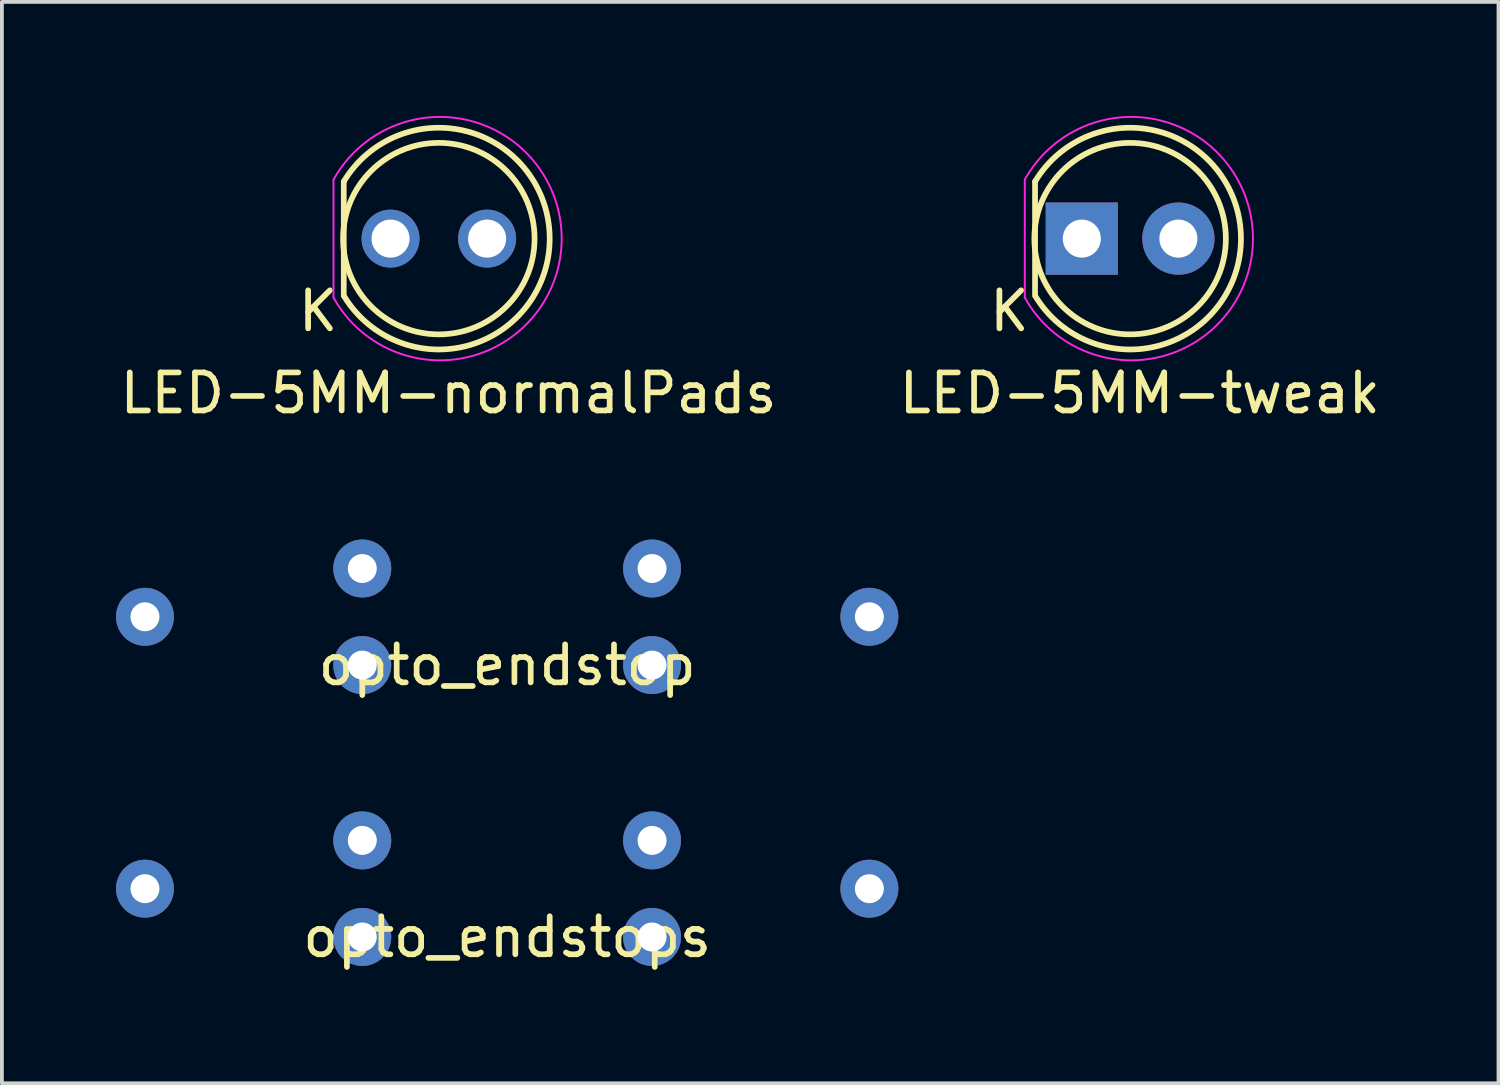
<source format=kicad_pcb>
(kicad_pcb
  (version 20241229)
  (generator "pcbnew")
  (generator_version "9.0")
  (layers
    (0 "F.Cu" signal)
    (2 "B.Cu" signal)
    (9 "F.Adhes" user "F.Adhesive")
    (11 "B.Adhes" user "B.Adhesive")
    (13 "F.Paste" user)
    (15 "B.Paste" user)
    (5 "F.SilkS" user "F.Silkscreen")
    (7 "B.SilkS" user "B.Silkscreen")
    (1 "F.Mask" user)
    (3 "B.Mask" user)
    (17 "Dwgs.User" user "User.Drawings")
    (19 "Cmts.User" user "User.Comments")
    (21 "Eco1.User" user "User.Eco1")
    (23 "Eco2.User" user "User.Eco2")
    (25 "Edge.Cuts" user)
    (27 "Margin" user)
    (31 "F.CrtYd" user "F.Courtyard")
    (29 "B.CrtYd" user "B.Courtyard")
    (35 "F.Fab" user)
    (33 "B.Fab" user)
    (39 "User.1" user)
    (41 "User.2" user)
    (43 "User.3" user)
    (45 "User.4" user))
  (footprint "opto_endstop"
    (layer "F.Cu")
    (at 10.287 13.17)
    (property "Reference" "opto_endstop" (at 0 1.27 0) (layer "F.SilkS") (effects (font (size 1 1) (thickness 0.15))))
    (attr through_hole)
    (pad "1" thru_hole circle (at -3.81 -1.27) (size 1.524 1.524) (drill 0.762) (layers "*.Cu" "*.Mask"))
    (pad "2" thru_hole circle (at -3.81 1.27) (size 1.524 1.524) (drill 0.762) (layers "*.Cu" "*.Mask"))
    (pad "3" thru_hole circle (at 3.81 1.27) (size 1.524 1.524) (drill 0.762) (layers "*.Cu" "*.Mask"))
    (pad "4" thru_hole circle (at 3.81 -1.27) (size 1.524 1.524) (drill 0.762) (layers "*.Cu" "*.Mask"))
    (pad "5" thru_hole circle (at 9.525 0) (size 1.524 1.524) (drill 0.762) (layers "*.Cu" "*.Mask"))
    (pad "6" thru_hole circle (at -9.525 0) (size 1.524 1.524) (drill 0.762) (layers "*.Cu" "*.Mask")))
  (footprint "LED-5MM-tweak"
    (layer "F.Cu")
    (at 25.399 3.225)
    (property "Reference" "LED-5MM-tweak" (at 1.524 4.064 0) (layer "F.SilkS") (effects (font (size 1 1) (thickness 0.15))))
    (attr through_hole)
    (fp_line (start -1.23 1.5) (end -1.23 -1.5) (stroke (width 0.15) (type solid)) (layer "F.SilkS"))
    (fp_arc (start -1.23 -1.5) (mid 4.18544 -0.014565) (end -1.214888 1.524904) (stroke (width 0.15) (type solid)) (layer "F.SilkS"))
    (fp_circle (center 1.27 0) (end 0.97 -2.5) (stroke (width 0.15) (type solid)) (fill no) (layer "F.SilkS"))
    (fp_line (start -1.5 -1.55) (end -1.5 1.55) (stroke (width 0.05) (type solid)) (layer "F.CrtYd"))
    (fp_arc (start -1.498248 -1.55316) (mid 4.50039 0.001807) (end -1.5 1.55) (stroke (width 0.05) (type solid)) (layer "F.CrtYd"))
    (fp_text user "K" (at -1.905 1.905 0) (layer "F.SilkS") (effects (font (size 1 1) (thickness 0.15))))
    (pad "1" thru_hole rect (at 0 0 90) (size 1.9 1.9) (drill 1.001) (layers "*.Cu" "*.Mask"))
    (pad "2" thru_hole circle (at 2.54 0) (size 1.9 1.9) (drill 1.001) (layers "*.Cu" "*.Mask")))
  (footprint "opto_endstops"
    (layer "F.Cu")
    (at 10.287 20.32)
    (property "Reference" "opto_endstops" (at 0 1.27 0) (layer "F.SilkS") (effects (font (size 1 1) (thickness 0.15))))
    (attr through_hole)
    (pad "1" thru_hole circle (at -3.81 -1.27) (size 1.524 1.524) (drill 0.762) (layers "*.Cu" "*.Mask"))
    (pad "2" thru_hole circle (at -3.81 1.27) (size 1.524 1.524) (drill 0.762) (layers "*.Cu" "*.Mask"))
    (pad "3" thru_hole circle (at 3.81 1.27) (size 1.524 1.524) (drill 0.762) (layers "*.Cu" "*.Mask"))
    (pad "4" thru_hole circle (at 3.81 -1.27) (size 1.524 1.524) (drill 0.762) (layers "*.Cu" "*.Mask"))
    (pad "5" thru_hole circle (at 9.525 0) (size 1.524 1.524) (drill 0.762) (layers "*.Cu" "*.Mask"))
    (pad "6" thru_hole circle (at -9.525 0) (size 1.524 1.524) (drill 0.762) (layers "*.Cu" "*.Mask")))
  (footprint "LED-5MM-normalPads"
    (layer "F.Cu")
    (at 7.22 3.225)
    (property "Reference" "LED-5MM-normalPads" (at 1.524 4.064 0) (layer "F.SilkS") (effects (font (size 1 1) (thickness 0.15))))
    (attr through_hole)
    (fp_line (start -1.23 1.5) (end -1.23 -1.5) (stroke (width 0.15) (type solid)) (layer "F.SilkS"))
    (fp_arc (start -1.23 -1.5) (mid 4.18544 -0.014565) (end -1.214888 1.524904) (stroke (width 0.15) (type solid)) (layer "F.SilkS"))
    (fp_circle (center 1.27 0) (end 0.97 -2.5) (stroke (width 0.15) (type solid)) (fill no) (layer "F.SilkS"))
    (fp_line (start -1.5 -1.55) (end -1.5 1.55) (stroke (width 0.05) (type solid)) (layer "F.CrtYd"))
    (fp_arc (start -1.498248 -1.55316) (mid 4.50039 0.001807) (end -1.5 1.55) (stroke (width 0.05) (type solid)) (layer "F.CrtYd"))
    (fp_text user "K" (at -1.905 1.905 0) (layer "F.SilkS") (effects (font (size 1 1) (thickness 0.15))))
    (pad "1" thru_hole circle (at 0 0 90) (size 1.524 1.524) (drill 1.001) (layers "*.Cu" "*.Mask"))
    (pad "2" thru_hole circle (at 2.54 0) (size 1.524 1.524) (drill 1.001) (layers "*.Cu" "*.Mask")))
  (gr_rect
    (start -3 -3)
    (end 36.357 25.438)
    (stroke (width 0.1) (type default))
    (fill no)
    (layer "Edge.Cuts")))
</source>
